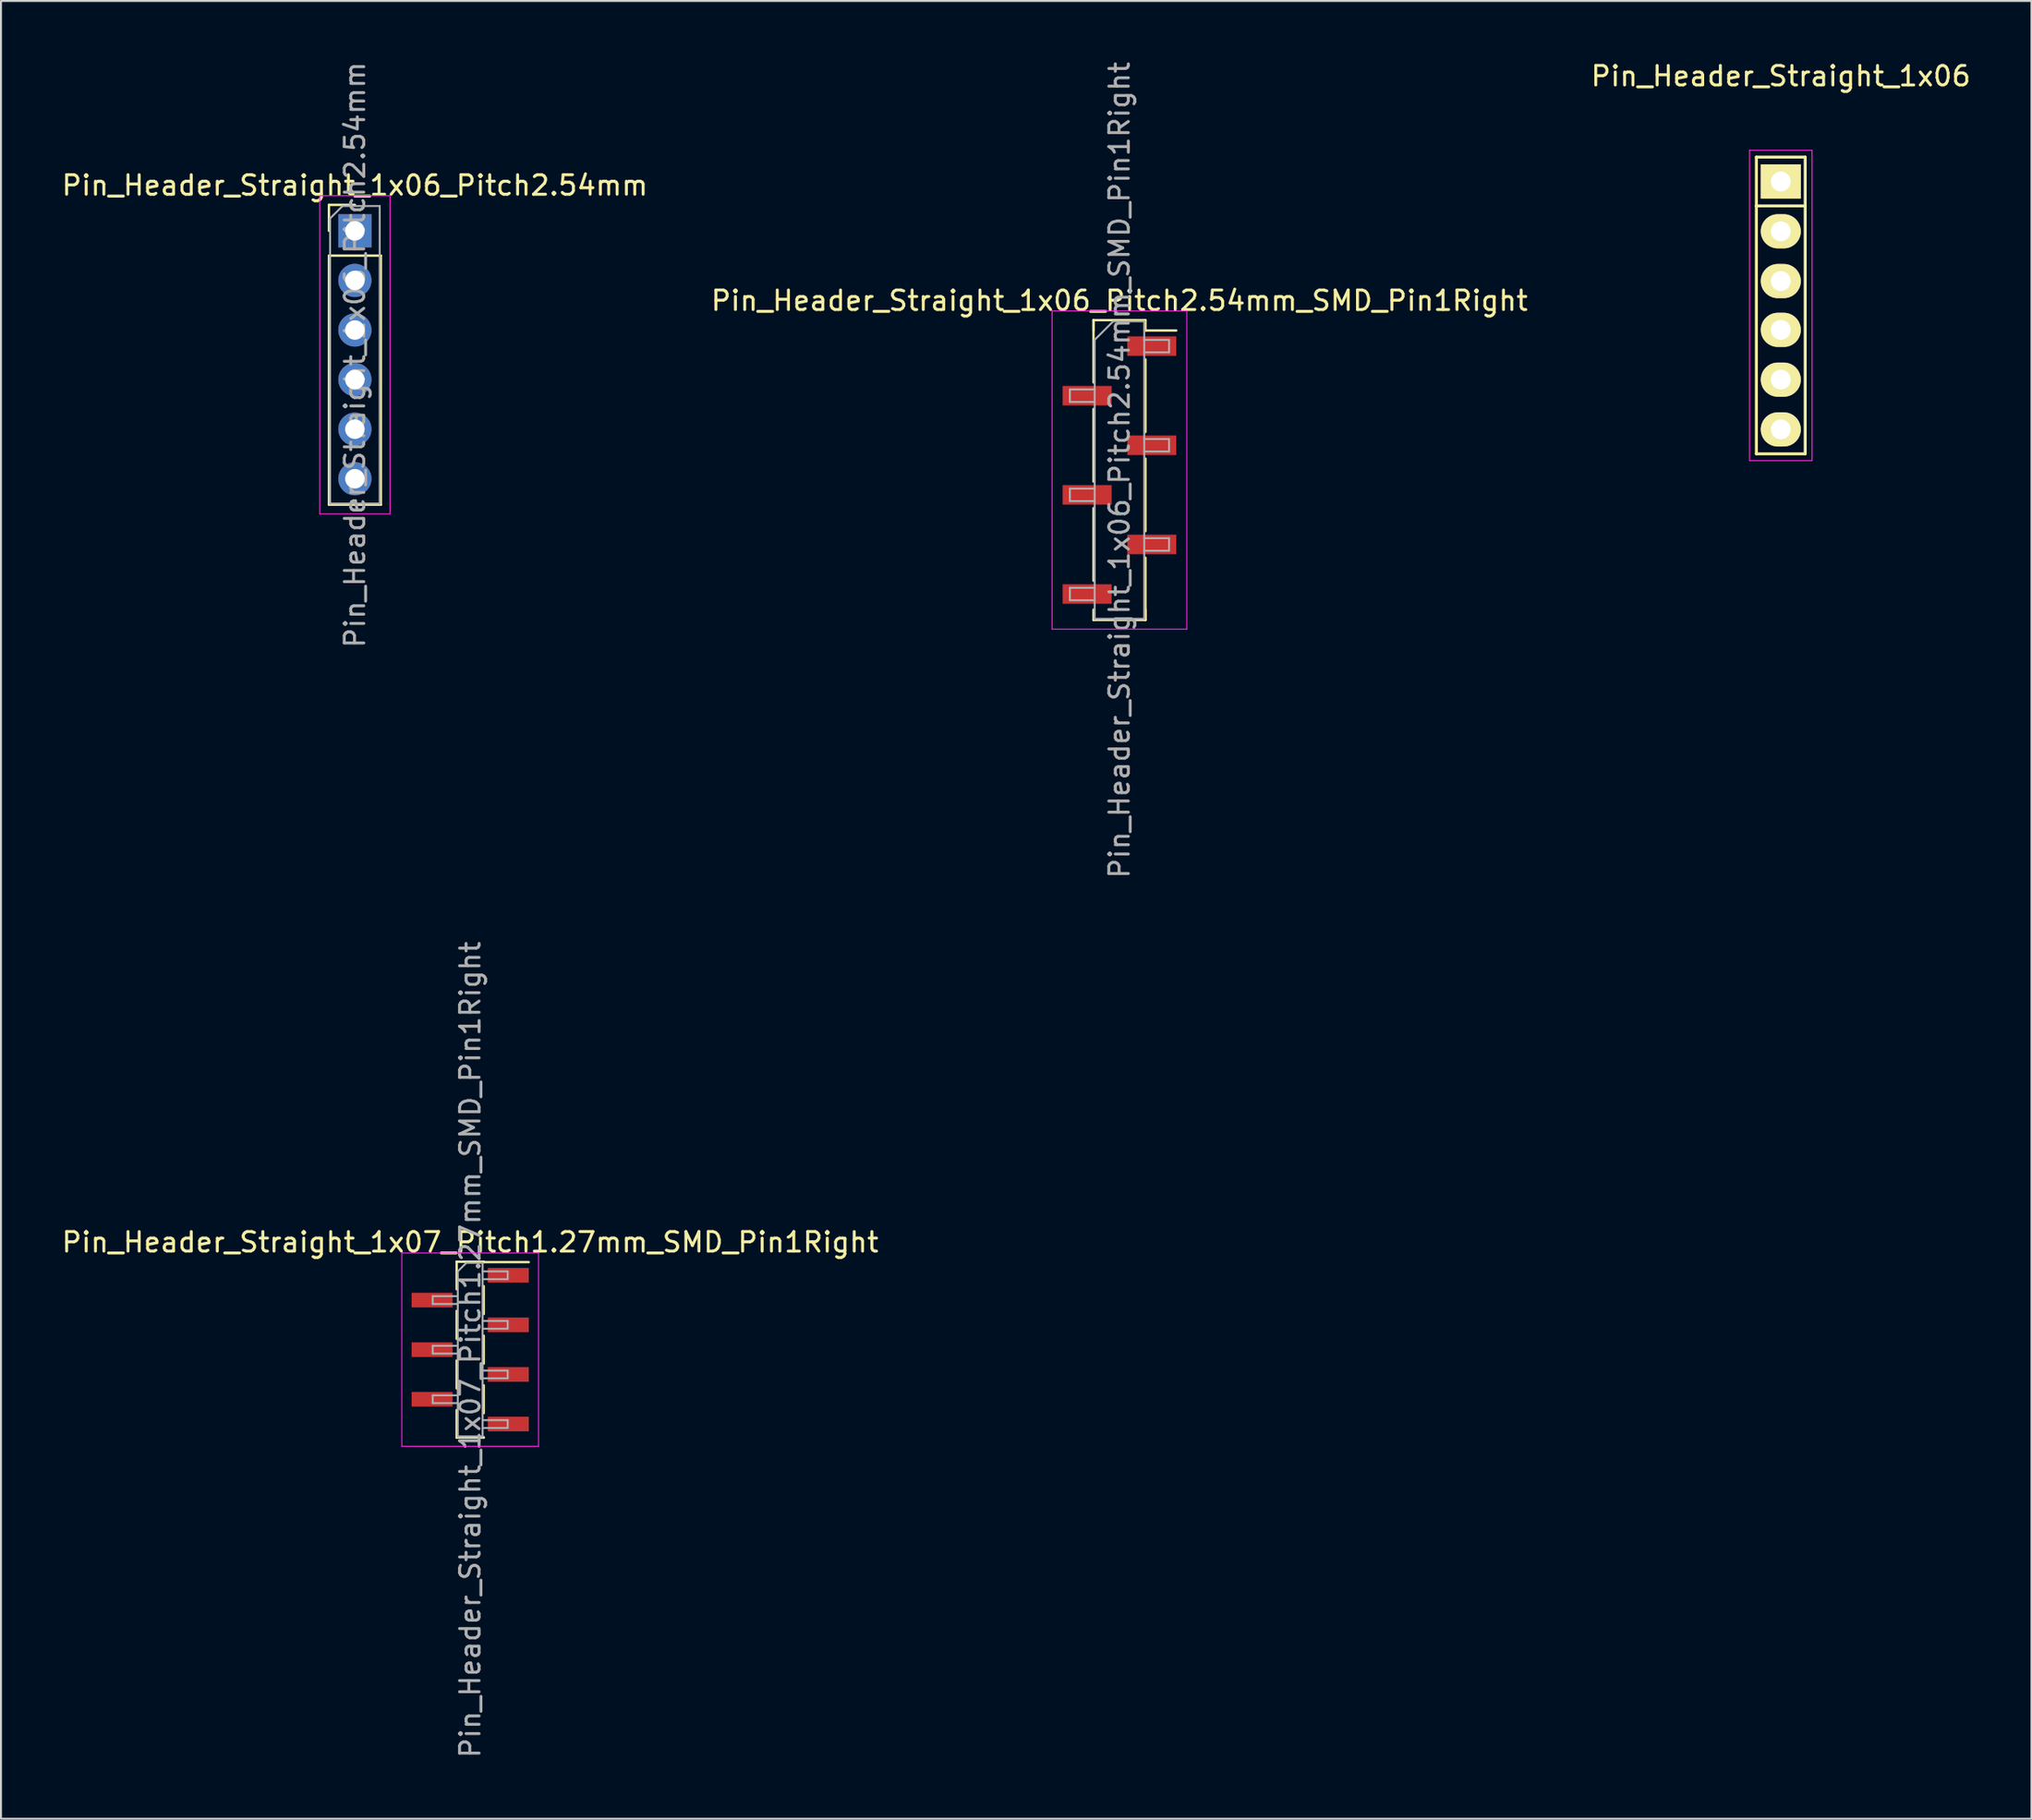
<source format=kicad_pcb>
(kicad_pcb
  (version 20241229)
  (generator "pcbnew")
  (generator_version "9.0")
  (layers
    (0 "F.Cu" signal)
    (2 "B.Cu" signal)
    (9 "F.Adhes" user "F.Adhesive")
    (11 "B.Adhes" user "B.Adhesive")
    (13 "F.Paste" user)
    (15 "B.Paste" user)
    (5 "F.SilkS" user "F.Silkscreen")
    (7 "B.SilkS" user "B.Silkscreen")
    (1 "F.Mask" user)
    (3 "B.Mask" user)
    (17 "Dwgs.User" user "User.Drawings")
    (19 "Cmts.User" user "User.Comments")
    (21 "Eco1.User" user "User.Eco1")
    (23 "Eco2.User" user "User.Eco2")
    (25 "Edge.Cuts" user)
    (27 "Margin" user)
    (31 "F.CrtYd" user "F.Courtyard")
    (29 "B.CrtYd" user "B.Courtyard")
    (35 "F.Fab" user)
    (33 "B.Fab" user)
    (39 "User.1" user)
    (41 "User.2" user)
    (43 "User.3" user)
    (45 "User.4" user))
  (footprint "Pin_Header_Straight_1x06"
    (layer "F.Cu")
    (at 88.149 6.248)
    (property "Reference" "Pin_Header_Straight_1x06" (at 0 -5.4 0) (layer "F.SilkS") (effects (font (size 1 1) (thickness 0.15))))
    (attr through_hole)
    (fp_line (start -1.25 -1.25) (end -1.25 1.25) (stroke (width 0.15) (type solid)) (layer "F.SilkS"))
    (fp_line (start -1.25 13.95) (end -1.25 1.25) (stroke (width 0.15) (type solid)) (layer "F.SilkS"))
    (fp_line (start 1.25 -1.25) (end -1.25 -1.25) (stroke (width 0.15) (type solid)) (layer "F.SilkS"))
    (fp_line (start 1.25 -1.25) (end 1.25 1.25) (stroke (width 0.15) (type solid)) (layer "F.SilkS"))
    (fp_line (start 1.25 1.25) (end -1.25 1.25) (stroke (width 0.15) (type solid)) (layer "F.SilkS"))
    (fp_line (start 1.25 1.25) (end 1.25 13.95) (stroke (width 0.15) (type solid)) (layer "F.SilkS"))
    (fp_line (start 1.25 13.95) (end -1.25 13.95) (stroke (width 0.15) (type solid)) (layer "F.SilkS"))
    (fp_line (start -1.6 -1.6) (end -1.6 14.3) (stroke (width 0.05) (type solid)) (layer "F.CrtYd"))
    (fp_line (start -1.6 -1.6) (end 1.6 -1.6) (stroke (width 0.05) (type solid)) (layer "F.CrtYd"))
    (fp_line (start -1.6 14.3) (end 1.6 14.3) (stroke (width 0.05) (type solid)) (layer "F.CrtYd"))
    (fp_line (start 1.6 -1.6) (end 1.6 14.3) (stroke (width 0.05) (type solid)) (layer "F.CrtYd"))
    (pad "1" thru_hole rect (at 0 0) (size 2.05 1.75) (drill 1.016) (layers "*.Cu" "*.Mask" "F.SilkS"))
    (pad "2" thru_hole oval (at 0 2.55) (size 2.05 1.75) (drill 1.016) (layers "*.Cu" "*.Mask" "F.SilkS"))
    (pad "3" thru_hole oval (at 0 5.1) (size 2.05 1.75) (drill 1.016) (layers "*.Cu" "*.Mask" "F.SilkS"))
    (pad "4" thru_hole oval (at 0 7.6) (size 2.05 1.75) (drill 1.016) (layers "*.Cu" "*.Mask" "F.SilkS"))
    (pad "5" thru_hole oval (at 0 10.15) (size 2.05 1.75) (drill 1.016) (layers "*.Cu" "*.Mask" "F.SilkS"))
    (pad "6" thru_hole oval (at 0 12.7) (size 2.05 1.75) (drill 1.016) (layers "*.Cu" "*.Mask" "F.SilkS")))
  (footprint "Pin_Header_Straight_1x06_Pitch2.54mm_SMD_Pin1Right"
    (layer "F.Cu")
    (at 54.28 21.03)
    (property "Reference" "Pin_Header_Straight_1x06_Pitch2.54mm_SMD_Pin1Right" (at 0 -8.68 0) (layer "F.SilkS") (effects (font (size 1 1) (thickness 0.15))))
    (attr smd)
    (fp_line (start -1.33 -7.68) (end -1.33 -4.49) (stroke (width 0.12) (type solid)) (layer "F.SilkS"))
    (fp_line (start -1.33 -7.68) (end 1.33 -7.68) (stroke (width 0.12) (type solid)) (layer "F.SilkS"))
    (fp_line (start -1.33 -7.15) (end -1.33 -7.68) (stroke (width 0.12) (type solid)) (layer "F.SilkS"))
    (fp_line (start -1.33 -3.13) (end -1.33 0.59) (stroke (width 0.12) (type solid)) (layer "F.SilkS"))
    (fp_line (start -1.33 1.95) (end -1.33 5.67) (stroke (width 0.12) (type solid)) (layer "F.SilkS"))
    (fp_line (start -1.33 7.15) (end -1.33 7.68) (stroke (width 0.12) (type solid)) (layer "F.SilkS"))
    (fp_line (start -1.33 7.68) (end 1.33 7.68) (stroke (width 0.12) (type solid)) (layer "F.SilkS"))
    (fp_line (start 1.33 -7.68) (end 1.33 -7.15) (stroke (width 0.12) (type solid)) (layer "F.SilkS"))
    (fp_line (start 1.33 -7.15) (end 2.91 -7.15) (stroke (width 0.12) (type solid)) (layer "F.SilkS"))
    (fp_line (start 1.33 -5.67) (end 1.33 -1.95) (stroke (width 0.12) (type solid)) (layer "F.SilkS"))
    (fp_line (start 1.33 -0.59) (end 1.33 3.13) (stroke (width 0.12) (type solid)) (layer "F.SilkS"))
    (fp_line (start 1.33 4.49) (end 1.33 7.68) (stroke (width 0.12) (type solid)) (layer "F.SilkS"))
    (fp_line (start 1.33 7.68) (end 1.33 7.15) (stroke (width 0.12) (type solid)) (layer "F.SilkS"))
    (fp_line (start -3.45 -8.15) (end -3.45 8.15) (stroke (width 0.05) (type solid)) (layer "F.CrtYd"))
    (fp_line (start -3.45 8.15) (end 3.45 8.15) (stroke (width 0.05) (type solid)) (layer "F.CrtYd"))
    (fp_line (start 3.45 -8.15) (end -3.45 -8.15) (stroke (width 0.05) (type solid)) (layer "F.CrtYd"))
    (fp_line (start 3.45 8.15) (end 3.45 -8.15) (stroke (width 0.05) (type solid)) (layer "F.CrtYd"))
    (fp_line (start -2.54 -4.13) (end -2.54 -3.49) (stroke (width 0.1) (type solid)) (layer "F.Fab"))
    (fp_line (start -2.54 -3.49) (end -1.27 -3.49) (stroke (width 0.1) (type solid)) (layer "F.Fab"))
    (fp_line (start -2.54 0.95) (end -2.54 1.59) (stroke (width 0.1) (type solid)) (layer "F.Fab"))
    (fp_line (start -2.54 1.59) (end -1.27 1.59) (stroke (width 0.1) (type solid)) (layer "F.Fab"))
    (fp_line (start -2.54 6.03) (end -2.54 6.67) (stroke (width 0.1) (type solid)) (layer "F.Fab"))
    (fp_line (start -2.54 6.67) (end -1.27 6.67) (stroke (width 0.1) (type solid)) (layer "F.Fab"))
    (fp_line (start -1.27 -6.67) (end -0.32 -7.62) (stroke (width 0.1) (type solid)) (layer "F.Fab"))
    (fp_line (start -1.27 -4.13) (end -2.54 -4.13) (stroke (width 0.1) (type solid)) (layer "F.Fab"))
    (fp_line (start -1.27 0.95) (end -2.54 0.95) (stroke (width 0.1) (type solid)) (layer "F.Fab"))
    (fp_line (start -1.27 6.03) (end -2.54 6.03) (stroke (width 0.1) (type solid)) (layer "F.Fab"))
    (fp_line (start -1.27 7.62) (end -1.27 -6.67) (stroke (width 0.1) (type solid)) (layer "F.Fab"))
    (fp_line (start -0.32 -7.62) (end 1.27 -7.62) (stroke (width 0.1) (type solid)) (layer "F.Fab"))
    (fp_line (start 1.27 -7.62) (end 1.27 7.62) (stroke (width 0.1) (type solid)) (layer "F.Fab"))
    (fp_line (start 1.27 -6.67) (end 2.54 -6.67) (stroke (width 0.1) (type solid)) (layer "F.Fab"))
    (fp_line (start 1.27 -1.59) (end 2.54 -1.59) (stroke (width 0.1) (type solid)) (layer "F.Fab"))
    (fp_line (start 1.27 3.49) (end 2.54 3.49) (stroke (width 0.1) (type solid)) (layer "F.Fab"))
    (fp_line (start 1.27 7.62) (end -1.27 7.62) (stroke (width 0.1) (type solid)) (layer "F.Fab"))
    (fp_line (start 2.54 -6.67) (end 2.54 -6.03) (stroke (width 0.1) (type solid)) (layer "F.Fab"))
    (fp_line (start 2.54 -6.03) (end 1.27 -6.03) (stroke (width 0.1) (type solid)) (layer "F.Fab"))
    (fp_line (start 2.54 -1.59) (end 2.54 -0.95) (stroke (width 0.1) (type solid)) (layer "F.Fab"))
    (fp_line (start 2.54 -0.95) (end 1.27 -0.95) (stroke (width 0.1) (type solid)) (layer "F.Fab"))
    (fp_line (start 2.54 3.49) (end 2.54 4.13) (stroke (width 0.1) (type solid)) (layer "F.Fab"))
    (fp_line (start 2.54 4.13) (end 1.27 4.13) (stroke (width 0.1) (type solid)) (layer "F.Fab"))
    (fp_text user "${REFERENCE}" (at 0 0 90) (layer "F.Fab") (effects (font (size 1 1) (thickness 0.15))))
    (pad "1" smd rect (at 1.655 -6.35) (size 2.51 1) (layers "F.Cu" "F.Mask" "F.Paste"))
    (pad "2" smd rect (at -1.655 -3.81) (size 2.51 1) (layers "F.Cu" "F.Mask" "F.Paste"))
    (pad "3" smd rect (at 1.655 -1.27) (size 2.51 1) (layers "F.Cu" "F.Mask" "F.Paste"))
    (pad "4" smd rect (at -1.655 1.27) (size 2.51 1) (layers "F.Cu" "F.Mask" "F.Paste"))
    (pad "5" smd rect (at 1.655 3.81) (size 2.51 1) (layers "F.Cu" "F.Mask" "F.Paste"))
    (pad "6" smd rect (at -1.655 6.35) (size 2.51 1) (layers "F.Cu" "F.Mask" "F.Paste")))
  (footprint "Pin_Header_Straight_1x06_Pitch2.54mm"
    (layer "F.Cu")
    (at 15.125 8.775)
    (property "Reference" "Pin_Header_Straight_1x06_Pitch2.54mm" (at 0 -2.33 0) (layer "F.SilkS") (effects (font (size 1 1) (thickness 0.15))))
    (attr through_hole)
    (fp_line (start -1.33 -1.33) (end 0 -1.33) (stroke (width 0.12) (type solid)) (layer "F.SilkS"))
    (fp_line (start -1.33 0) (end -1.33 -1.33) (stroke (width 0.12) (type solid)) (layer "F.SilkS"))
    (fp_line (start -1.33 1.27) (end -1.33 14.03) (stroke (width 0.12) (type solid)) (layer "F.SilkS"))
    (fp_line (start -1.33 14.03) (end 1.33 14.03) (stroke (width 0.12) (type solid)) (layer "F.SilkS"))
    (fp_line (start 1.33 1.27) (end -1.33 1.27) (stroke (width 0.12) (type solid)) (layer "F.SilkS"))
    (fp_line (start 1.33 14.03) (end 1.33 1.27) (stroke (width 0.12) (type solid)) (layer "F.SilkS"))
    (fp_line (start -1.8 -1.8) (end -1.8 14.5) (stroke (width 0.05) (type solid)) (layer "F.CrtYd"))
    (fp_line (start -1.8 14.5) (end 1.8 14.5) (stroke (width 0.05) (type solid)) (layer "F.CrtYd"))
    (fp_line (start 1.8 -1.8) (end -1.8 -1.8) (stroke (width 0.05) (type solid)) (layer "F.CrtYd"))
    (fp_line (start 1.8 14.5) (end 1.8 -1.8) (stroke (width 0.05) (type solid)) (layer "F.CrtYd"))
    (fp_line (start -1.27 -0.635) (end -0.635 -1.27) (stroke (width 0.1) (type solid)) (layer "F.Fab"))
    (fp_line (start -1.27 13.97) (end -1.27 -0.635) (stroke (width 0.1) (type solid)) (layer "F.Fab"))
    (fp_line (start -0.635 -1.27) (end 1.27 -1.27) (stroke (width 0.1) (type solid)) (layer "F.Fab"))
    (fp_line (start 1.27 -1.27) (end 1.27 13.97) (stroke (width 0.1) (type solid)) (layer "F.Fab"))
    (fp_line (start 1.27 13.97) (end -1.27 13.97) (stroke (width 0.1) (type solid)) (layer "F.Fab"))
    (fp_text user "${REFERENCE}" (at 0 6.35 90) (layer "F.Fab") (effects (font (size 1 1) (thickness 0.15))))
    (pad "1" thru_hole rect (at 0 0) (size 1.7 1.7) (drill 1) (layers "*.Cu" "*.Mask"))
    (pad "2" thru_hole oval (at 0 2.54) (size 1.7 1.7) (drill 1) (layers "*.Cu" "*.Mask"))
    (pad "3" thru_hole oval (at 0 5.08) (size 1.7 1.7) (drill 1) (layers "*.Cu" "*.Mask"))
    (pad "4" thru_hole oval (at 0 7.62) (size 1.7 1.7) (drill 1) (layers "*.Cu" "*.Mask"))
    (pad "5" thru_hole oval (at 0 10.16) (size 1.7 1.7) (drill 1) (layers "*.Cu" "*.Mask"))
    (pad "6" thru_hole oval (at 0 12.7) (size 1.7 1.7) (drill 1) (layers "*.Cu" "*.Mask")))
  (footprint "Pin_Header_Straight_1x07_Pitch1.27mm_SMD_Pin1Right"
    (layer "F.Cu")
    (at 21.03 66.089)
    (property "Reference" "Pin_Header_Straight_1x07_Pitch1.27mm_SMD_Pin1Right" (at 0 -5.505 0) (layer "F.SilkS") (effects (font (size 1 1) (thickness 0.15))))
    (attr smd)
    (fp_line (start -0.695 -4.505) (end -0.695 -3.095) (stroke (width 0.12) (type solid)) (layer "F.SilkS"))
    (fp_line (start -0.695 -4.505) (end 0.695 -4.505) (stroke (width 0.12) (type solid)) (layer "F.SilkS"))
    (fp_line (start -0.695 -4.485) (end -0.695 -4.505) (stroke (width 0.12) (type solid)) (layer "F.SilkS"))
    (fp_line (start -0.695 -1.985) (end -0.695 -0.555) (stroke (width 0.12) (type solid)) (layer "F.SilkS"))
    (fp_line (start -0.695 0.555) (end -0.695 1.985) (stroke (width 0.12) (type solid)) (layer "F.SilkS"))
    (fp_line (start -0.695 3.095) (end -0.695 4.505) (stroke (width 0.12) (type solid)) (layer "F.SilkS"))
    (fp_line (start -0.695 4.485) (end -0.695 4.505) (stroke (width 0.12) (type solid)) (layer "F.SilkS"))
    (fp_line (start -0.695 4.505) (end 0.695 4.505) (stroke (width 0.12) (type solid)) (layer "F.SilkS"))
    (fp_line (start 0.695 -4.505) (end 0.695 -4.485) (stroke (width 0.12) (type solid)) (layer "F.SilkS"))
    (fp_line (start 0.695 -4.485) (end 3 -4.485) (stroke (width 0.12) (type solid)) (layer "F.SilkS"))
    (fp_line (start 0.695 -3.255) (end 0.695 -1.825) (stroke (width 0.12) (type solid)) (layer "F.SilkS"))
    (fp_line (start 0.695 -0.715) (end 0.695 0.715) (stroke (width 0.12) (type solid)) (layer "F.SilkS"))
    (fp_line (start 0.695 1.825) (end 0.695 3.255) (stroke (width 0.12) (type solid)) (layer "F.SilkS"))
    (fp_line (start 0.695 4.505) (end 0.695 4.485) (stroke (width 0.12) (type solid)) (layer "F.SilkS"))
    (fp_line (start -3.5 -4.95) (end -3.5 4.95) (stroke (width 0.05) (type solid)) (layer "F.CrtYd"))
    (fp_line (start -3.5 4.95) (end 3.5 4.95) (stroke (width 0.05) (type solid)) (layer "F.CrtYd"))
    (fp_line (start 3.5 -4.95) (end -3.5 -4.95) (stroke (width 0.05) (type solid)) (layer "F.CrtYd"))
    (fp_line (start 3.5 4.95) (end 3.5 -4.95) (stroke (width 0.05) (type solid)) (layer "F.CrtYd"))
    (fp_line (start -1.92 -2.74) (end -1.92 -2.34) (stroke (width 0.1) (type solid)) (layer "F.Fab"))
    (fp_line (start -1.92 -2.34) (end -0.635 -2.34) (stroke (width 0.1) (type solid)) (layer "F.Fab"))
    (fp_line (start -1.92 -0.2) (end -1.92 0.2) (stroke (width 0.1) (type solid)) (layer "F.Fab"))
    (fp_line (start -1.92 0.2) (end -0.635 0.2) (stroke (width 0.1) (type solid)) (layer "F.Fab"))
    (fp_line (start -1.92 2.34) (end -1.92 2.74) (stroke (width 0.1) (type solid)) (layer "F.Fab"))
    (fp_line (start -1.92 2.74) (end -0.635 2.74) (stroke (width 0.1) (type solid)) (layer "F.Fab"))
    (fp_line (start -0.635 -4.01) (end -0.2 -4.445) (stroke (width 0.1) (type solid)) (layer "F.Fab"))
    (fp_line (start -0.635 -2.74) (end -1.92 -2.74) (stroke (width 0.1) (type solid)) (layer "F.Fab"))
    (fp_line (start -0.635 -0.2) (end -1.92 -0.2) (stroke (width 0.1) (type solid)) (layer "F.Fab"))
    (fp_line (start -0.635 2.34) (end -1.92 2.34) (stroke (width 0.1) (type solid)) (layer "F.Fab"))
    (fp_line (start -0.635 4.445) (end -0.635 -4.01) (stroke (width 0.1) (type solid)) (layer "F.Fab"))
    (fp_line (start -0.2 -4.445) (end 0.635 -4.445) (stroke (width 0.1) (type solid)) (layer "F.Fab"))
    (fp_line (start 0.635 -4.445) (end 0.635 4.445) (stroke (width 0.1) (type solid)) (layer "F.Fab"))
    (fp_line (start 0.635 -4.01) (end 1.92 -4.01) (stroke (width 0.1) (type solid)) (layer "F.Fab"))
    (fp_line (start 0.635 -1.47) (end 1.92 -1.47) (stroke (width 0.1) (type solid)) (layer "F.Fab"))
    (fp_line (start 0.635 1.07) (end 1.92 1.07) (stroke (width 0.1) (type solid)) (layer "F.Fab"))
    (fp_line (start 0.635 3.61) (end 1.92 3.61) (stroke (width 0.1) (type solid)) (layer "F.Fab"))
    (fp_line (start 0.635 4.445) (end -0.635 4.445) (stroke (width 0.1) (type solid)) (layer "F.Fab"))
    (fp_line (start 1.92 -4.01) (end 1.92 -3.61) (stroke (width 0.1) (type solid)) (layer "F.Fab"))
    (fp_line (start 1.92 -3.61) (end 0.635 -3.61) (stroke (width 0.1) (type solid)) (layer "F.Fab"))
    (fp_line (start 1.92 -1.47) (end 1.92 -1.07) (stroke (width 0.1) (type solid)) (layer "F.Fab"))
    (fp_line (start 1.92 -1.07) (end 0.635 -1.07) (stroke (width 0.1) (type solid)) (layer "F.Fab"))
    (fp_line (start 1.92 1.07) (end 1.92 1.47) (stroke (width 0.1) (type solid)) (layer "F.Fab"))
    (fp_line (start 1.92 1.47) (end 0.635 1.47) (stroke (width 0.1) (type solid)) (layer "F.Fab"))
    (fp_line (start 1.92 3.61) (end 1.92 4.01) (stroke (width 0.1) (type solid)) (layer "F.Fab"))
    (fp_line (start 1.92 4.01) (end 0.635 4.01) (stroke (width 0.1) (type solid)) (layer "F.Fab"))
    (fp_text user "${REFERENCE}" (at 0 0 90) (layer "F.Fab") (effects (font (size 1 1) (thickness 0.15))))
    (pad "1" smd rect (at 1.95 -3.81) (size 2.1 0.75) (layers "F.Cu" "F.Mask" "F.Paste"))
    (pad "2" smd rect (at -1.95 -2.54) (size 2.1 0.75) (layers "F.Cu" "F.Mask" "F.Paste"))
    (pad "3" smd rect (at 1.95 -1.27) (size 2.1 0.75) (layers "F.Cu" "F.Mask" "F.Paste"))
    (pad "4" smd rect (at -1.95 0) (size 2.1 0.75) (layers "F.Cu" "F.Mask" "F.Paste"))
    (pad "5" smd rect (at 1.95 1.27) (size 2.1 0.75) (layers "F.Cu" "F.Mask" "F.Paste"))
    (pad "6" smd rect (at -1.95 2.54) (size 2.1 0.75) (layers "F.Cu" "F.Mask" "F.Paste"))
    (pad "7" smd rect (at 1.95 3.81) (size 2.1 0.75) (layers "F.Cu" "F.Mask" "F.Paste")))
  (gr_rect
    (start -3 -3)
    (end 100.988 90.119)
    (stroke (width 0.1) (type default))
    (fill no)
    (layer "Edge.Cuts")))
</source>
